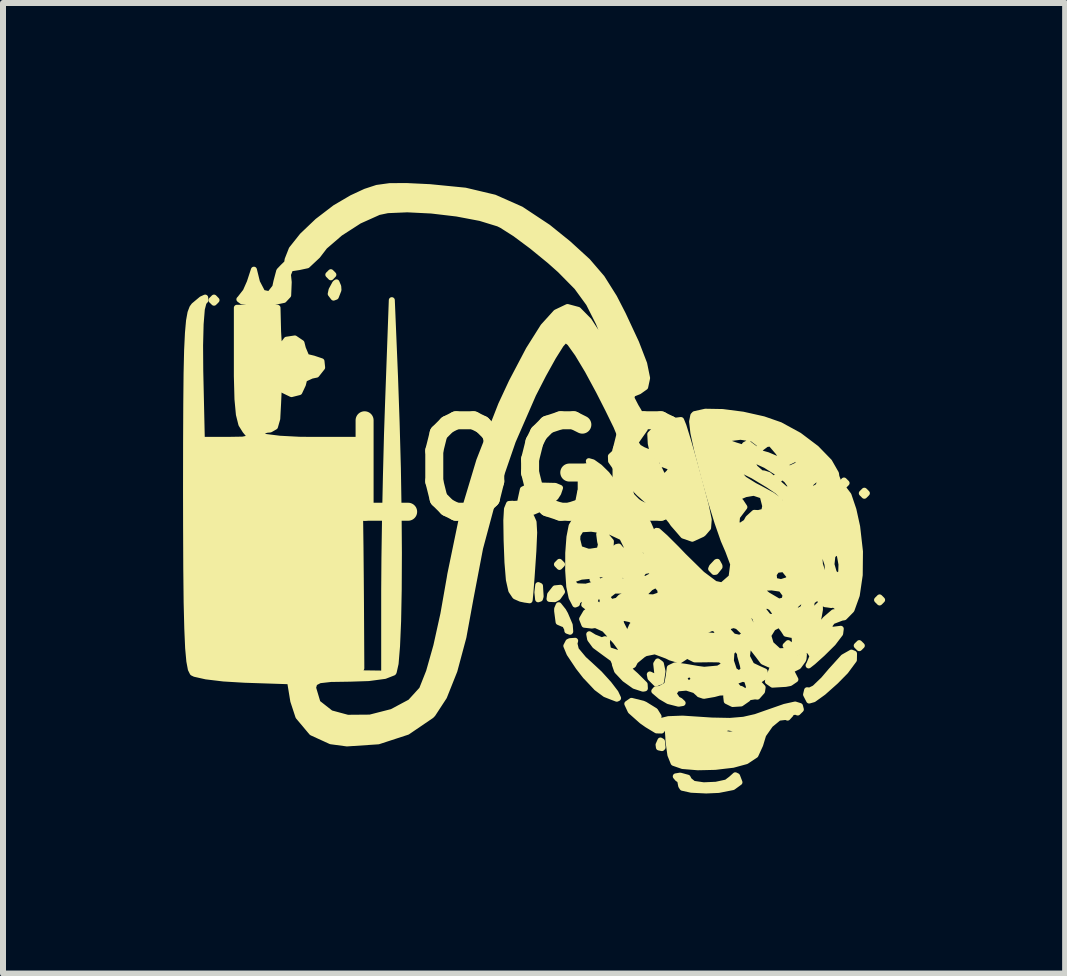
<source format=kicad_pcb>
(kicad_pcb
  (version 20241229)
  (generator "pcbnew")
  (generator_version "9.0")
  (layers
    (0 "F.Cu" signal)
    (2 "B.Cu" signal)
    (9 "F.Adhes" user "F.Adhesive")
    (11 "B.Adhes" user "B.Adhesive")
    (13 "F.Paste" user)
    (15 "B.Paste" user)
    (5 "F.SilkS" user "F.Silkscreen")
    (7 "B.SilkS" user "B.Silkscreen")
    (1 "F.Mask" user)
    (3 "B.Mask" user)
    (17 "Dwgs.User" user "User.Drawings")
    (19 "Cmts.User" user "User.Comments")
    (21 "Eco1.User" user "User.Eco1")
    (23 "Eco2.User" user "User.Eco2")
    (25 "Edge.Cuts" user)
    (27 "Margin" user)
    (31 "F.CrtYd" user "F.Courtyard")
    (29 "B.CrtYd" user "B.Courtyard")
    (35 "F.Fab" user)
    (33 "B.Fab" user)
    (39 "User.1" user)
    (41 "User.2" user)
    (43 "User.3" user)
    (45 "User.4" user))
  (footprint "LOGO"
    (layer "F.Cu")
    (at 5.638 4.788)
    (property "Reference" "LOGO" (at 0 0 0) (layer "F.SilkS") (effects (font (size 1.524 1.524) (thickness 0.3))))
    (attr through_hole)
    (fp_poly (pts (xy -5.08 -2.836) (xy -5.122 -2.794) (xy -5.165 -2.836) (xy -5.122 -2.879) (xy -5.08 -2.836)) (stroke (width 0.1) (type solid)) (fill yes) (layer "F.SilkS"))
    (fp_poly (pts (xy -3.133 -3.26) (xy -3.175 -3.217) (xy -3.217 -3.26) (xy -3.175 -3.302) (xy -3.133 -3.26)) (stroke (width 0.1) (type solid)) (fill yes) (layer "F.SilkS"))
    (fp_poly (pts (xy 0.677 1.566) (xy 0.635 1.609) (xy 0.593 1.566) (xy 0.635 1.524) (xy 0.677 1.566)) (stroke (width 0.1) (type solid)) (fill yes) (layer "F.SilkS"))
    (fp_poly (pts (xy 1.27 1.82) (xy 1.228 1.863) (xy 1.185 1.82) (xy 1.228 1.778) (xy 1.27 1.82)) (stroke (width 0.1) (type solid)) (fill yes) (layer "F.SilkS"))
    (fp_poly (pts (xy 4.318 0.127) (xy 4.276 0.169) (xy 4.233 0.127) (xy 4.276 0.085) (xy 4.318 0.127)) (stroke (width 0.1) (type solid)) (fill yes) (layer "F.SilkS"))
    (fp_poly (pts (xy 4.487 2.921) (xy 4.445 2.963) (xy 4.403 2.921) (xy 4.445 2.879) (xy 4.487 2.921)) (stroke (width 0.1) (type solid)) (fill yes) (layer "F.SilkS"))
    (fp_poly (pts (xy 5.419 0.212) (xy 5.376 0.254) (xy 5.334 0.212) (xy 5.376 0.169) (xy 5.419 0.212)) (stroke (width 0.1) (type solid)) (fill yes) (layer "F.SilkS"))
    (fp_poly (pts (xy 5.673 2.921) (xy 5.63 2.963) (xy 5.588 2.921) (xy 5.63 2.879) (xy 5.673 2.921)) (stroke (width 0.1) (type solid)) (fill yes) (layer "F.SilkS"))
    (fp_poly (pts (xy 5.757 0.381) (xy 5.715 0.423) (xy 5.673 0.381) (xy 5.715 0.339) (xy 5.757 0.381)) (stroke (width 0.1) (type solid)) (fill yes) (layer "F.SilkS"))
    (fp_poly (pts (xy 6.011 2.159) (xy 5.969 2.201) (xy 5.927 2.159) (xy 5.969 2.117) (xy 6.011 2.159)) (stroke (width 0.1) (type solid)) (fill yes) (layer "F.SilkS"))
    (fp_poly (pts (xy 0.321 2.1) (xy 0.31 2.138) (xy 0.279 2.148) (xy 0.267 2.032) (xy 0.281 1.912) (xy 0.31 1.926) (xy 0.321 2.1)) (stroke (width 0.1) (type solid)) (fill yes) (layer "F.SilkS"))
    (fp_poly (pts (xy 2.353 4.616) (xy 2.342 4.628) (xy 2.292 4.617) (xy 2.286 4.572) (xy 2.317 4.502) (xy 2.342 4.516) (xy 2.353 4.616)) (stroke (width 0.1) (type solid)) (fill yes) (layer "F.SilkS"))
    (fp_poly (pts (xy 0.677 2.023) (xy 0.61 2.116) (xy 0.555 2.146) (xy 0.469 2.142) (xy 0.479 2.07) (xy 0.561 1.966) (xy 0.649 1.957) (xy 0.677 2.023)) (stroke (width 0.1) (type solid)) (fill yes) (layer "F.SilkS"))
    (fp_poly (pts (xy 1.913 2.69) (xy 1.901 2.715) (xy 1.832 2.789) (xy 1.807 2.702) (xy 1.806 2.671) (xy 1.844 2.586) (xy 1.878 2.592) (xy 1.913 2.69)) (stroke (width 0.1) (type solid)) (fill yes) (layer "F.SilkS"))
    (fp_poly (pts (xy -3.048 -3.006) (xy -3.092 -2.893) (xy -3.13 -2.879) (xy -3.177 -2.941) (xy -3.163 -3.006) (xy -3.103 -3.117) (xy -3.081 -3.133) (xy -3.052 -3.064) (xy -3.048 -3.006)) (stroke (width 0.1) (type solid)) (fill yes) (layer "F.SilkS"))
    (fp_poly (pts (xy 3.302 1.609) (xy 3.237 1.69) (xy 3.212 1.693) (xy 3.162 1.641) (xy 3.175 1.609) (xy 3.251 1.528) (xy 3.265 1.524) (xy 3.301 1.59) (xy 3.302 1.609)) (stroke (width 0.1) (type solid)) (fill yes) (layer "F.SilkS"))
    (fp_poly (pts (xy 4.708 3.069) (xy 4.702 3.136) (xy 4.692 3.163) (xy 4.616 3.267) (xy 4.526 3.311) (xy 4.487 3.27) (xy 4.544 3.197) (xy 4.616 3.131) (xy 4.708 3.069)) (stroke (width 0.1) (type solid)) (fill yes) (layer "F.SilkS"))
    (fp_poly (pts (xy 2.352 3.35) (xy 2.328 3.516) (xy 2.243 3.55) (xy 2.151 3.458) (xy 2.14 3.401) (xy 2.203 3.43) (xy 2.279 3.449) (xy 2.262 3.361) (xy 2.247 3.224) (xy 2.272 3.184) (xy 2.325 3.224) (xy 2.352 3.35)) (stroke (width 0.1) (type solid)) (fill yes) (layer "F.SilkS"))
    (fp_poly (pts (xy 0.814 2.685) (xy 0.811 2.689) (xy 0.766 2.673) (xy 0.762 2.639) (xy 0.721 2.56) (xy 0.699 2.561) (xy 0.62 2.527) (xy 0.596 2.344) (xy 0.596 2.307) (xy 0.622 2.247) (xy 0.697 2.341) (xy 0.73 2.399) (xy 0.806 2.578) (xy 0.814 2.685)) (stroke (width 0.1) (type solid)) (fill yes) (layer "F.SilkS"))
    (fp_poly (pts (xy 5.543 3.054) (xy 5.541 3.159) (xy 5.402 3.347) (xy 5.238 3.514) (xy 5.03 3.699) (xy 4.87 3.814) (xy 4.795 3.835) (xy 4.744 3.736) (xy 4.761 3.664) (xy 4.805 3.669) (xy 4.887 3.629) (xy 5.034 3.488) (xy 5.163 3.337) (xy 5.366 3.113) (xy 5.5 3.037) (xy 5.543 3.054)) (stroke (width 0.1) (type solid)) (fill yes) (layer "F.SilkS"))
    (fp_poly (pts (xy 3.634 5.198) (xy 3.524 5.278) (xy 3.286 5.325) (xy 3.08 5.334) (xy 2.832 5.322) (xy 2.684 5.289) (xy 2.663 5.257) (xy 2.645 5.162) (xy 2.604 5.136) (xy 2.573 5.099) (xy 2.646 5.087) (xy 2.771 5.121) (xy 2.794 5.165) (xy 2.866 5.223) (xy 3.037 5.248) (xy 3.244 5.239) (xy 3.419 5.201) (xy 3.495 5.144) (xy 3.565 5.081) (xy 3.595 5.096) (xy 3.634 5.198)) (stroke (width 0.1) (type solid)) (fill yes) (layer "F.SilkS"))
    (fp_poly (pts (xy 1.611 3.795) (xy 1.59 3.805) (xy 1.503 3.772) (xy 1.397 3.73) (xy 1.254 3.624) (xy 1.101 3.461) (xy 1.101 3.26) (xy 1.058 3.217) (xy 1.016 3.26) (xy 1.058 3.302) (xy 1.101 3.26) (xy 1.101 3.461) (xy 1.069 3.428) (xy 0.953 3.279) (xy 0.802 3.053) (xy 0.749 2.925) (xy 0.783 2.859) (xy 0.81 2.846) (xy 0.896 2.84) (xy 0.884 2.887) (xy 0.909 2.99) (xy 1.039 3.146) (xy 1.134 3.232) (xy 1.301 3.387) (xy 1.456 3.558) (xy 1.569 3.706) (xy 1.611 3.795)) (stroke (width 0.1) (type solid)) (fill yes) (layer "F.SilkS"))
    (fp_poly (pts (xy 0.644 0.292) (xy 0.614 0.379) (xy 0.572 0.445) (xy 0.395 0.605) (xy 0.202 0.688) (xy 0.074 0.727) (xy 0.087 0.751) (xy 0.098 0.752) (xy 0.166 0.777) (xy 0.203 0.861) (xy 0.213 1.038) (xy 0.2 1.34) (xy 0.192 1.46) (xy 0.17 1.781) (xy 0.151 2.026) (xy 0.139 2.154) (xy 0.137 2.165) (xy 0.075 2.156) (xy 0.075 1.436) (xy 0.063 1.135) (xy 0.062 1.124) (xy 0.046 1.044) (xy 0.034 1.116) (xy 0.028 1.325) (xy 0.028 1.397) (xy 0.032 1.644) (xy 0.042 1.766) (xy 0.057 1.744) (xy 0.061 1.716) (xy 0.075 1.436) (xy 0.075 2.156) (xy 0.059 2.154) (xy -0.012 2.139) (xy -0.098 2.101) (xy -0.098 1.034) (xy -0.111 0.953) (xy -0.136 0.926) (xy -0.149 1.043) (xy -0.15 1.101) (xy -0.141 1.255) (xy -0.119 1.273) (xy -0.111 1.249) (xy -0.098 1.034) (xy -0.098 2.101) (xy -0.105 2.097) (xy -0.168 2.003) (xy -0.208 1.824) (xy -0.232 1.533) (xy -0.246 1.165) (xy -0.251 0.834) (xy -0.24 0.643) (xy -0.206 0.56) (xy -0.143 0.556) (xy -0.133 0.56) (xy -0.026 0.553) (xy 0 0.432) (xy 0.025 0.318) (xy 0.129 0.266) (xy 0.349 0.254) (xy 0.566 0.259) (xy 0.644 0.292)) (stroke (width 0.1) (type solid)) (fill yes) (layer "F.SilkS"))
    (fp_poly (pts (xy 4.657 3.984) (xy 4.605 4.035) (xy 4.572 4.022) (xy 4.494 4.031) (xy 4.487 4.064) (xy 4.436 4.12) (xy 4.406 4.108) (xy 4.289 4.122) (xy 4.148 4.238) (xy 4.03 4.406) (xy 3.979 4.574) (xy 3.979 4.574) (xy 3.901 4.744) (xy 3.747 4.846) (xy 3.725 4.852) (xy 3.725 4.614) (xy 3.683 4.572) (xy 3.641 4.614) (xy 3.641 4.369) (xy 3.574 4.305) (xy 3.441 4.284) (xy 3.343 4.321) (xy 3.342 4.322) (xy 3.37 4.385) (xy 3.466 4.403) (xy 3.607 4.389) (xy 3.641 4.369) (xy 3.641 4.614) (xy 3.683 4.657) (xy 3.725 4.614) (xy 3.725 4.852) (xy 3.556 4.898) (xy 3.556 4.699) (xy 3.514 4.657) (xy 3.471 4.699) (xy 3.514 4.741) (xy 3.556 4.699) (xy 3.556 4.898) (xy 3.526 4.906) (xy 3.387 4.922) (xy 3.387 4.784) (xy 3.344 4.741) (xy 3.302 4.784) (xy 3.344 4.826) (xy 3.387 4.784) (xy 3.387 4.922) (xy 3.236 4.94) (xy 3.217 4.941) (xy 3.217 4.699) (xy 3.175 4.657) (xy 3.133 4.699) (xy 3.175 4.741) (xy 3.217 4.699) (xy 3.217 4.941) (xy 3.048 4.945) (xy 3.048 4.614) (xy 3.006 4.572) (xy 2.963 4.614) (xy 3.006 4.657) (xy 3.048 4.614) (xy 3.048 4.945) (xy 2.948 4.947) (xy 2.948 4.372) (xy 2.935 4.346) (xy 2.835 4.336) (xy 2.822 4.346) (xy 2.834 4.397) (xy 2.879 4.403) (xy 2.948 4.372) (xy 2.948 4.947) (xy 2.937 4.947) (xy 2.694 4.927) (xy 2.694 4.287) (xy 2.681 4.262) (xy 2.581 4.251) (xy 2.568 4.262) (xy 2.58 4.312) (xy 2.625 4.318) (xy 2.694 4.287) (xy 2.694 4.927) (xy 2.685 4.926) (xy 2.539 4.875) (xy 2.536 4.873) (xy 2.483 4.742) (xy 2.452 4.518) (xy 2.449 4.449) (xy 2.435 4.256) (xy 2.403 4.22) (xy 2.385 4.254) (xy 2.335 4.335) (xy 2.253 4.333) (xy 2.096 4.238) (xy 2.008 4.176) (xy 1.821 4.01) (xy 1.765 3.89) (xy 1.835 3.841) (xy 2.025 3.888) (xy 2.061 3.904) (xy 2.229 4.008) (xy 2.286 4.1) (xy 2.214 4.147) (xy 2.187 4.149) (xy 2.127 4.18) (xy 2.139 4.199) (xy 2.245 4.208) (xy 2.299 4.183) (xy 2.449 4.146) (xy 2.685 4.137) (xy 2.749 4.141) (xy 3.173 4.169) (xy 3.475 4.175) (xy 3.703 4.156) (xy 3.904 4.11) (xy 4.086 4.046) (xy 4.387 3.941) (xy 4.562 3.902) (xy 4.642 3.927) (xy 4.657 3.984)) (stroke (width 0.1) (type solid)) (fill yes) (layer "F.SilkS"))
    (fp_poly (pts (xy 3.122 0.82) (xy 3.111 0.957) (xy 3.048 1.031) (xy 3.048 0.889) (xy 3.006 0.847) (xy 2.963 0.889) (xy 2.963 0.72) (xy 2.921 0.677) (xy 2.879 0.72) (xy 2.921 0.762) (xy 2.963 0.72) (xy 2.963 0.889) (xy 3.006 0.931) (xy 3.048 0.889) (xy 3.048 1.031) (xy 3.032 1.049) (xy 3.014 1.063) (xy 2.848 1.139) (xy 2.698 1.087) (xy 2.604 0.978) (xy 2.604 0.175) (xy 2.592 0.169) (xy 2.525 0.221) (xy 2.525 -0.061) (xy 2.467 -0.072) (xy 2.448 -0.068) (xy 2.355 -0.103) (xy 2.352 -0.154) (xy 2.324 -0.224) (xy 2.284 -0.21) (xy 2.242 -0.118) (xy 2.292 -0.035) (xy 2.339 0.063) (xy 2.277 0.077) (xy 2.15 0.006) (xy 2.117 -0.021) (xy 2.042 -0.082) (xy 2.075 -0.026) (xy 2.11 0.021) (xy 2.247 0.152) (xy 2.371 0.127) (xy 2.459 0.038) (xy 2.525 -0.061) (xy 2.525 0.221) (xy 2.515 0.229) (xy 2.498 0.254) (xy 2.476 0.333) (xy 2.488 0.339) (xy 2.565 0.279) (xy 2.582 0.254) (xy 2.604 0.175) (xy 2.604 0.978) (xy 2.54 0.905) (xy 2.54 0.635) (xy 2.498 0.593) (xy 2.455 0.635) (xy 2.498 0.677) (xy 2.54 0.635) (xy 2.54 0.905) (xy 2.529 0.892) (xy 2.498 0.846) (xy 2.371 0.689) (xy 2.371 0.296) (xy 2.328 0.254) (xy 2.286 0.296) (xy 2.328 0.339) (xy 2.371 0.296) (xy 2.371 0.689) (xy 2.362 0.678) (xy 2.248 0.595) (xy 2.236 0.593) (xy 2.134 0.534) (xy 1.962 0.382) (xy 1.78 0.194) (xy 1.587 -0.024) (xy 1.495 -0.155) (xy 1.492 -0.235) (xy 1.563 -0.301) (xy 1.584 -0.315) (xy 1.651 -0.369) (xy 1.678 -0.438) (xy 1.659 -0.55) (xy 1.583 -0.735) (xy 1.444 -1.019) (xy 1.292 -1.318) (xy 1.105 -1.664) (xy 0.938 -1.942) (xy 0.808 -2.124) (xy 0.734 -2.181) (xy 0.659 -2.097) (xy 0.53 -1.892) (xy 0.366 -1.597) (xy 0.196 -1.266) (xy -0.143 -0.488) (xy -0.445 0.389) (xy -0.688 1.295) (xy -0.845 2.117) (xy -0.966 2.779) (xy -1.116 3.338) (xy -1.289 3.772) (xy -1.477 4.06) (xy -1.502 4.086) (xy -1.9 4.357) (xy -2.384 4.515) (xy -2.907 4.55) (xy -3.175 4.514) (xy -3.492 4.369) (xy -3.716 4.102) (xy -3.801 3.843) (xy -3.855 3.514) (xy -4.611 3.489) (xy -4.962 3.468) (xy -5.254 3.433) (xy -5.441 3.391) (xy -5.478 3.373) (xy -5.508 3.313) (xy -5.533 3.18) (xy -5.553 2.96) (xy -5.567 2.638) (xy -5.578 2.2) (xy -5.584 1.631) (xy -5.587 0.917) (xy -5.588 0.334) (xy -5.587 -0.462) (xy -5.584 -1.106) (xy -5.579 -1.614) (xy -5.57 -2.003) (xy -5.556 -2.291) (xy -5.538 -2.493) (xy -5.514 -2.626) (xy -5.483 -2.708) (xy -5.455 -2.746) (xy -5.328 -2.852) (xy -5.269 -2.879) (xy -5.266 -2.833) (xy -5.296 -2.799) (xy -5.325 -2.686) (xy -5.345 -2.437) (xy -5.354 -2.082) (xy -5.351 -1.654) (xy -5.35 -1.613) (xy -5.325 -0.508) (xy -4.893 -0.508) (xy -4.644 -0.512) (xy -4.536 -0.534) (xy -4.54 -0.589) (xy -4.601 -0.663) (xy -4.666 -0.767) (xy -4.707 -0.931) (xy -4.731 -1.187) (xy -4.741 -1.568) (xy -4.741 -1.764) (xy -4.741 -2.709) (xy -4.403 -2.709) (xy -4.064 -2.709) (xy -4.054 -2.307) (xy -4.042 -2.106) (xy -4.021 -2.027) (xy -4.006 -2.053) (xy -3.913 -2.177) (xy -3.775 -2.198) (xy -3.664 -2.123) (xy -3.641 -2.032) (xy -3.582 -1.891) (xy -3.465 -1.863) (xy -3.331 -1.818) (xy -3.32 -1.714) (xy -3.414 -1.595) (xy -3.496 -1.578) (xy -3.618 -1.522) (xy -3.641 -1.43) (xy -3.7 -1.304) (xy -3.831 -1.271) (xy -3.959 -1.333) (xy -4.006 -1.418) (xy -4.028 -1.427) (xy -4.046 -1.296) (xy -4.054 -1.122) (xy -4.068 -0.86) (xy -4.106 -0.727) (xy -4.186 -0.681) (xy -4.238 -0.677) (xy -4.355 -0.645) (xy -4.36 -0.593) (xy -4.258 -0.556) (xy -4.026 -0.527) (xy -3.704 -0.51) (xy -3.509 -0.508) (xy -2.709 -0.508) (xy -2.694 0.318) (xy -2.688 0.751) (xy -2.681 1.279) (xy -2.676 1.828) (xy -2.673 2.22) (xy -2.667 3.297) (xy -3.895 3.323) (xy -5.122 3.349) (xy -3.704 3.368) (xy -2.286 3.387) (xy -2.286 2.011) (xy -2.282 1.461) (xy -2.272 0.802) (xy -2.257 0.094) (xy -2.239 -0.604) (xy -2.222 -1.101) (xy -2.159 -2.836) (xy -2.106 -1.566) (xy -2.079 -0.796) (xy -2.058 -0.036) (xy -2.046 0.695) (xy -2.041 1.376) (xy -2.044 1.988) (xy -2.054 2.513) (xy -2.072 2.929) (xy -2.096 3.219) (xy -2.128 3.362) (xy -2.134 3.37) (xy -2.275 3.425) (xy -2.545 3.461) (xy -2.853 3.471) (xy -3.175 3.476) (xy -3.362 3.497) (xy -3.449 3.542) (xy -3.471 3.62) (xy -3.471 3.624) (xy -3.396 3.875) (xy -3.177 4.047) (xy -2.896 4.123) (xy -2.523 4.12) (xy -2.156 4.026) (xy -1.849 3.862) (xy -1.656 3.65) (xy -1.539 3.355) (xy -1.417 2.924) (xy -1.299 2.39) (xy -1.193 1.787) (xy -1.185 1.736) (xy -0.993 0.807) (xy -0.702 -0.162) (xy -0.337 -1.095) (xy -0.161 -1.473) (xy 0.123 -2.013) (xy 0.365 -2.397) (xy 0.577 -2.631) (xy 0.768 -2.722) (xy 0.947 -2.674) (xy 1.124 -2.495) (xy 1.232 -2.328) (xy 1.362 -2.114) (xy 1.456 -1.976) (xy 1.483 -1.947) (xy 1.466 -2.018) (xy 1.395 -2.203) (xy 1.286 -2.464) (xy 1.284 -2.467) (xy 1.125 -2.782) (xy 0.926 -3.055) (xy 0.646 -3.339) (xy 0.473 -3.493) (xy 0.177 -3.735) (xy -0.104 -3.944) (xy -0.326 -4.085) (xy -0.383 -4.113) (xy -0.686 -4.206) (xy -1.076 -4.28) (xy -1.499 -4.33) (xy -1.901 -4.35) (xy -2.229 -4.336) (xy -2.377 -4.305) (xy -2.702 -4.159) (xy -3.02 -3.954) (xy -3.278 -3.732) (xy -3.397 -3.577) (xy -3.568 -3.417) (xy -3.707 -3.387) (xy -3.85 -3.365) (xy -3.89 -3.264) (xy -3.877 -3.136) (xy -3.886 -2.918) (xy -3.959 -2.84) (xy -4.107 -2.809) (xy -4.307 -2.796) (xy -4.508 -2.8) (xy -4.656 -2.818) (xy -4.699 -2.85) (xy -4.689 -2.859) (xy -4.593 -2.982) (xy -4.526 -3.133) (xy -4.457 -3.344) (xy -4.405 -3.133) (xy -4.314 -2.959) (xy -4.196 -2.934) (xy -4.102 -3.053) (xy -4.08 -3.154) (xy -4.035 -3.323) (xy -3.974 -3.387) (xy -3.904 -3.455) (xy -3.895 -3.513) (xy -3.827 -3.686) (xy -3.649 -3.91) (xy -3.396 -4.151) (xy -3.102 -4.376) (xy -2.824 -4.539) (xy -2.598 -4.644) (xy -2.406 -4.707) (xy -2.196 -4.736) (xy -1.919 -4.738) (xy -1.524 -4.719) (xy -1.524 -4.719) (xy -0.936 -4.661) (xy -0.448 -4.545) (xy -0.006 -4.349) (xy 0.444 -4.051) (xy 0.781 -3.779) (xy 1.103 -3.485) (xy 1.341 -3.208) (xy 1.546 -2.882) (xy 1.691 -2.6) (xy 1.912 -2.126) (xy 2.046 -1.778) (xy 2.095 -1.538) (xy 2.063 -1.389) (xy 1.96 -1.316) (xy 1.85 -1.272) (xy 1.833 -1.205) (xy 1.907 -1.062) (xy 1.948 -0.994) (xy 2.049 -0.807) (xy 2.057 -0.691) (xy 1.98 -0.582) (xy 1.898 -0.464) (xy 1.952 -0.385) (xy 2.028 -0.341) (xy 2.155 -0.288) (xy 2.177 -0.351) (xy 2.156 -0.448) (xy 2.148 -0.602) (xy 2.247 -0.704) (xy 2.367 -0.761) (xy 2.553 -0.826) (xy 2.658 -0.839) (xy 2.662 -0.837) (xy 2.701 -0.741) (xy 2.771 -0.516) (xy 2.863 -0.198) (xy 2.966 0.178) (xy 3.071 0.577) (xy 3.072 0.582) (xy 3.122 0.82)) (stroke (width 0.1) (type solid)) (fill yes) (layer "F.SilkS"))
    (fp_poly (pts (xy 5.642 1.352) (xy 5.638 1.744) (xy 5.589 2.079) (xy 5.588 2.083) (xy 5.588 1.651) (xy 5.546 1.609) (xy 5.503 1.651) (xy 5.546 1.693) (xy 5.588 1.651) (xy 5.588 2.083) (xy 5.573 2.125) (xy 5.573 1.832) (xy 5.56 1.806) (xy 5.459 1.796) (xy 5.447 1.806) (xy 5.459 1.857) (xy 5.503 1.863) (xy 5.573 1.832) (xy 5.573 2.125) (xy 5.501 2.325) (xy 5.404 2.424) (xy 5.404 1.154) (xy 5.39 1.129) (xy 5.29 1.119) (xy 5.278 1.129) (xy 5.289 1.179) (xy 5.334 1.185) (xy 5.404 1.154) (xy 5.404 2.424) (xy 5.38 2.448) (xy 5.337 2.455) (xy 5.334 2.456) (xy 5.334 1.566) (xy 5.305 1.407) (xy 5.249 1.355) (xy 5.183 1.422) (xy 5.167 1.567) (xy 5.206 1.703) (xy 5.221 1.722) (xy 5.298 1.772) (xy 5.33 1.694) (xy 5.334 1.566) (xy 5.334 2.456) (xy 5.322 2.461) (xy 5.322 2.352) (xy 5.299 2.306) (xy 5.204 2.235) (xy 5.165 2.244) (xy 5.112 2.236) (xy 5.112 1.707) (xy 5.101 1.566) (xy 5.065 1.457) (xy 5.065 1.239) (xy 5.059 1.228) (xy 5.059 0.344) (xy 5.048 0.339) (xy 4.988 0.385) (xy 4.988 0.138) (xy 4.922 0.129) (xy 4.828 0.21) (xy 4.819 0.227) (xy 4.819 -0.004) (xy 4.81 -0.045) (xy 4.747 -0.019) (xy 4.704 0.06) (xy 4.679 0.159) (xy 4.741 0.118) (xy 4.752 0.107) (xy 4.819 -0.004) (xy 4.819 0.227) (xy 4.773 0.316) (xy 4.811 0.339) (xy 4.935 0.276) (xy 4.956 0.248) (xy 4.988 0.138) (xy 4.988 0.385) (xy 4.97 0.398) (xy 4.953 0.423) (xy 4.931 0.502) (xy 4.943 0.508) (xy 5.02 0.448) (xy 5.038 0.423) (xy 5.059 0.344) (xy 5.059 1.228) (xy 5.052 1.214) (xy 4.951 1.203) (xy 4.939 1.214) (xy 4.951 1.264) (xy 4.995 1.27) (xy 5.065 1.239) (xy 5.065 1.457) (xy 5.049 1.407) (xy 4.997 1.355) (xy 4.964 1.425) (xy 4.975 1.566) (xy 5.026 1.725) (xy 5.078 1.778) (xy 5.112 1.707) (xy 5.112 2.236) (xy 5.061 2.23) (xy 5.039 2.203) (xy 4.928 2.119) (xy 4.842 2.18) (xy 4.827 2.265) (xy 4.842 2.363) (xy 4.904 2.307) (xy 4.919 2.286) (xy 4.974 2.233) (xy 4.975 2.321) (xy 4.959 2.413) (xy 4.908 2.667) (xy 5.068 2.48) (xy 5.202 2.365) (xy 5.295 2.353) (xy 5.322 2.352) (xy 5.322 2.461) (xy 5.183 2.514) (xy 5.136 2.578) (xy 5.139 2.664) (xy 5.211 2.654) (xy 5.322 2.64) (xy 5.312 2.72) (xy 5.192 2.878) (xy 5.016 3.052) (xy 4.859 3.193) (xy 4.786 3.25) (xy 4.798 3.228) (xy 4.853 3.095) (xy 4.809 3.021) (xy 4.809 1.541) (xy 4.797 1.503) (xy 4.767 1.492) (xy 4.755 1.609) (xy 4.768 1.729) (xy 4.797 1.714) (xy 4.809 1.541) (xy 4.809 3.021) (xy 4.801 3.008) (xy 4.741 2.992) (xy 4.741 2.667) (xy 4.734 2.66) (xy 4.734 2.17) (xy 4.668 2.161) (xy 4.654 2.174) (xy 4.654 -0.252) (xy 4.573 -0.205) (xy 4.554 -0.189) (xy 4.487 -0.156) (xy 4.487 -0.296) (xy 4.445 -0.339) (xy 4.403 -0.296) (xy 4.445 -0.254) (xy 4.487 -0.296) (xy 4.487 -0.156) (xy 4.448 -0.137) (xy 4.349 -0.205) (xy 4.277 -0.306) (xy 4.155 -0.449) (xy 4.073 -0.437) (xy 4.067 -0.427) (xy 4 -0.377) (xy 3.955 -0.449) (xy 3.846 -0.531) (xy 3.652 -0.56) (xy 3.451 -0.534) (xy 3.329 -0.464) (xy 3.308 -0.423) (xy 3.334 -0.442) (xy 3.46 -0.455) (xy 3.567 -0.417) (xy 3.697 -0.377) (xy 3.725 -0.426) (xy 3.773 -0.451) (xy 3.858 -0.387) (xy 4.012 -0.279) (xy 4.102 -0.254) (xy 4.244 -0.194) (xy 4.32 -0.124) (xy 4.471 -0.027) (xy 4.6 -0.087) (xy 4.644 -0.175) (xy 4.654 -0.252) (xy 4.654 2.174) (xy 4.642 2.184) (xy 4.642 1.324) (xy 4.628 1.298) (xy 4.528 1.288) (xy 4.516 1.298) (xy 4.527 1.349) (xy 4.572 1.355) (xy 4.642 1.324) (xy 4.642 2.184) (xy 4.574 2.242) (xy 4.519 2.348) (xy 4.557 2.371) (xy 4.681 2.308) (xy 4.702 2.28) (xy 4.734 2.17) (xy 4.734 2.66) (xy 4.699 2.625) (xy 4.657 2.667) (xy 4.699 2.709) (xy 4.741 2.667) (xy 4.741 2.992) (xy 4.688 2.978) (xy 4.569 3.056) (xy 4.558 3.074) (xy 4.558 2.846) (xy 4.549 2.74) (xy 4.504 2.741) (xy 4.487 2.738) (xy 4.487 0.253) (xy 4.421 0.162) (xy 4.263 0.036) (xy 4.073 -0.085) (xy 3.909 -0.161) (xy 3.863 -0.169) (xy 3.847 -0.118) (xy 3.896 -0.04) (xy 3.999 0.049) (xy 4.041 0.051) (xy 4.12 0.076) (xy 4.24 0.176) (xy 4.399 0.314) (xy 4.474 0.32) (xy 4.487 0.253) (xy 4.487 2.738) (xy 4.468 2.734) (xy 4.468 1.762) (xy 4.412 1.693) (xy 4.412 0.544) (xy 4.404 0.471) (xy 4.264 0.343) (xy 4.116 0.243) (xy 3.862 0.089) (xy 3.718 0.017) (xy 3.654 0.016) (xy 3.641 0.071) (xy 3.71 0.147) (xy 3.885 0.256) (xy 3.978 0.304) (xy 4.183 0.416) (xy 4.304 0.509) (xy 4.317 0.534) (xy 4.372 0.563) (xy 4.412 0.544) (xy 4.412 1.693) (xy 4.373 1.644) (xy 4.256 1.658) (xy 4.218 1.712) (xy 4.218 1.408) (xy 4.205 1.383) (xy 4.105 1.373) (xy 4.092 1.383) (xy 4.104 1.433) (xy 4.149 1.439) (xy 4.218 1.408) (xy 4.218 1.712) (xy 4.204 1.732) (xy 4.214 1.838) (xy 4.328 1.863) (xy 4.453 1.823) (xy 4.468 1.762) (xy 4.468 2.734) (xy 4.409 2.722) (xy 4.403 2.711) (xy 4.403 2.413) (xy 4.403 2.074) (xy 4.328 1.973) (xy 4.17 1.95) (xy 4.064 1.956) (xy 4.064 0.595) (xy 4.02 0.422) (xy 3.874 0.373) (xy 3.733 0.397) (xy 3.61 0.449) (xy 3.643 0.512) (xy 3.655 0.52) (xy 3.716 0.612) (xy 3.683 0.656) (xy 3.594 0.773) (xy 3.583 0.889) (xy 3.643 0.931) (xy 3.746 0.863) (xy 3.781 0.799) (xy 3.881 0.708) (xy 3.948 0.712) (xy 4.045 0.688) (xy 4.064 0.595) (xy 4.064 1.956) (xy 4.012 1.959) (xy 4.007 2.001) (xy 4.101 2.077) (xy 4.29 2.188) (xy 4.386 2.163) (xy 4.403 2.074) (xy 4.403 2.413) (xy 4.36 2.371) (xy 4.318 2.413) (xy 4.36 2.455) (xy 4.403 2.413) (xy 4.403 2.711) (xy 4.368 2.657) (xy 4.301 2.568) (xy 4.233 2.603) (xy 4.233 2.38) (xy 4.166 2.287) (xy 4.111 2.257) (xy 4.025 2.261) (xy 4.035 2.333) (xy 4.117 2.437) (xy 4.205 2.446) (xy 4.233 2.38) (xy 4.233 2.603) (xy 4.192 2.624) (xy 4.113 2.751) (xy 4.156 2.893) (xy 4.29 3.015) (xy 4.444 3.008) (xy 4.55 2.879) (xy 4.558 2.846) (xy 4.558 3.074) (xy 4.487 3.193) (xy 4.486 3.333) (xy 4.507 3.368) (xy 4.566 3.484) (xy 4.478 3.544) (xy 4.403 3.558) (xy 4.318 3.563) (xy 4.318 3.429) (xy 4.276 3.387) (xy 4.233 3.429) (xy 4.276 3.471) (xy 4.318 3.429) (xy 4.318 3.563) (xy 4.185 3.571) (xy 4.108 3.517) (xy 4.149 3.385) (xy 4.198 3.258) (xy 4.141 3.237) (xy 4.138 3.237) (xy 4.027 3.188) (xy 3.947 3.081) (xy 3.947 2.611) (xy 3.891 2.447) (xy 3.819 2.388) (xy 3.745 2.391) (xy 3.776 2.466) (xy 3.848 2.605) (xy 3.862 2.646) (xy 3.892 2.77) (xy 3.925 2.794) (xy 3.946 2.722) (xy 3.947 2.611) (xy 3.947 3.081) (xy 3.932 3.062) (xy 3.841 2.945) (xy 3.777 2.948) (xy 3.758 3.103) (xy 3.835 3.249) (xy 3.946 3.302) (xy 4.053 3.35) (xy 4.036 3.447) (xy 3.958 3.5) (xy 3.899 3.539) (xy 3.956 3.549) (xy 4.02 3.617) (xy 4.01 3.683) (xy 3.933 3.77) (xy 3.892 3.766) (xy 3.795 3.781) (xy 3.795 3.612) (xy 3.759 3.492) (xy 3.71 3.477) (xy 3.71 2.745) (xy 3.707 2.696) (xy 3.604 2.598) (xy 3.536 2.577) (xy 3.438 2.607) (xy 3.444 2.675) (xy 3.529 2.767) (xy 3.641 2.792) (xy 3.71 2.745) (xy 3.71 3.477) (xy 3.704 3.476) (xy 3.704 3.329) (xy 3.692 3.253) (xy 3.646 3.091) (xy 3.641 3.041) (xy 3.576 2.965) (xy 3.557 2.963) (xy 3.5 3.035) (xy 3.491 3.175) (xy 3.544 3.334) (xy 3.626 3.387) (xy 3.704 3.329) (xy 3.704 3.476) (xy 3.689 3.471) (xy 3.573 3.515) (xy 3.556 3.556) (xy 3.623 3.636) (xy 3.662 3.642) (xy 3.708 3.672) (xy 3.641 3.733) (xy 3.557 3.8) (xy 3.614 3.795) (xy 3.641 3.788) (xy 3.766 3.684) (xy 3.795 3.612) (xy 3.795 3.781) (xy 3.791 3.782) (xy 3.769 3.809) (xy 3.661 3.884) (xy 3.521 3.893) (xy 3.422 3.844) (xy 3.414 3.775) (xy 3.415 3.7) (xy 3.307 3.702) (xy 3.279 3.709) (xy 3.279 3.505) (xy 3.166 3.485) (xy 3.117 3.498) (xy 3.085 3.536) (xy 3.168 3.549) (xy 3.278 3.534) (xy 3.279 3.505) (xy 3.279 3.709) (xy 3.212 3.727) (xy 3.04 3.757) (xy 2.964 3.732) (xy 2.963 3.729) (xy 2.891 3.664) (xy 2.879 3.66) (xy 2.879 3.471) (xy 2.814 3.389) (xy 2.794 3.387) (xy 2.712 3.451) (xy 2.709 3.471) (xy 2.774 3.554) (xy 2.794 3.556) (xy 2.876 3.492) (xy 2.879 3.471) (xy 2.879 3.66) (xy 2.752 3.62) (xy 2.592 3.634) (xy 2.532 3.717) (xy 2.599 3.815) (xy 2.646 3.839) (xy 2.687 3.877) (xy 2.62 3.888) (xy 2.451 3.845) (xy 2.323 3.77) (xy 2.215 3.678) (xy 2.242 3.647) (xy 2.307 3.643) (xy 2.428 3.575) (xy 2.455 3.431) (xy 2.473 3.291) (xy 2.559 3.25) (xy 2.731 3.273) (xy 2.931 3.308) (xy 3.045 3.323) (xy 3.048 3.323) (xy 3.281 3.302) (xy 3.378 3.245) (xy 3.387 3.208) (xy 3.311 3.15) (xy 3.302 3.15) (xy 3.302 2.752) (xy 3.234 2.639) (xy 3.175 2.625) (xy 3.062 2.673) (xy 3.048 2.714) (xy 3.1 2.765) (xy 3.133 2.752) (xy 3.211 2.758) (xy 3.217 2.789) (xy 3.248 2.875) (xy 3.26 2.879) (xy 3.297 2.81) (xy 3.302 2.752) (xy 3.302 3.15) (xy 3.107 3.147) (xy 3.09 3.149) (xy 2.887 3.15) (xy 2.794 3.103) (xy 2.793 3.094) (xy 2.759 3.068) (xy 2.726 3.109) (xy 2.64 3.165) (xy 2.485 3.119) (xy 2.426 3.09) (xy 2.371 3.069) (xy 2.371 2.582) (xy 2.328 2.54) (xy 2.32 2.549) (xy 2.32 2.076) (xy 2.316 1.988) (xy 2.268 1.931) (xy 2.268 1.311) (xy 2.258 1.298) (xy 2.207 1.31) (xy 2.201 1.355) (xy 2.232 1.424) (xy 2.258 1.411) (xy 2.268 1.311) (xy 2.268 1.931) (xy 2.246 1.905) (xy 2.201 1.928) (xy 2.201 1.732) (xy 2.146 1.661) (xy 2.117 1.666) (xy 2.117 1.402) (xy 2.057 1.33) (xy 2.032 1.312) (xy 1.954 1.319) (xy 1.947 1.35) (xy 2.009 1.436) (xy 2.032 1.439) (xy 2.114 1.41) (xy 2.117 1.402) (xy 2.117 1.666) (xy 2.044 1.679) (xy 2.003 1.732) (xy 2.007 1.817) (xy 2.079 1.807) (xy 2.187 1.75) (xy 2.201 1.732) (xy 2.201 1.928) (xy 2.149 1.956) (xy 2.043 2.065) (xy 2.089 2.111) (xy 2.199 2.117) (xy 2.32 2.076) (xy 2.32 2.549) (xy 2.286 2.582) (xy 2.328 2.625) (xy 2.371 2.582) (xy 2.371 3.069) (xy 2.225 3.015) (xy 2.201 3.02) (xy 2.201 2.715) (xy 2.157 2.736) (xy 2.095 2.783) (xy 1.987 2.88) (xy 1.987 2.675) (xy 1.942 2.58) (xy 1.942 2.195) (xy 1.916 2.154) (xy 1.857 2.088) (xy 1.778 2.043) (xy 1.778 1.825) (xy 1.755 1.797) (xy 1.755 1.27) (xy 1.68 1.117) (xy 1.471 1.019) (xy 1.355 1.001) (xy 1.355 0.381) (xy 1.312 0.339) (xy 1.27 0.381) (xy 1.312 0.423) (xy 1.355 0.381) (xy 1.355 1.001) (xy 1.165 0.972) (xy 0.995 0.982) (xy 0.935 1.079) (xy 0.931 1.153) (xy 0.968 1.306) (xy 1.109 1.354) (xy 1.149 1.355) (xy 1.302 1.332) (xy 1.326 1.238) (xy 1.313 1.186) (xy 1.297 1.065) (xy 1.385 1.065) (xy 1.394 1.069) (xy 1.492 1.184) (xy 1.485 1.301) (xy 1.468 1.401) (xy 1.49 1.376) (xy 1.586 1.278) (xy 1.621 1.27) (xy 1.665 1.322) (xy 1.651 1.355) (xy 1.655 1.433) (xy 1.683 1.439) (xy 1.746 1.369) (xy 1.755 1.27) (xy 1.755 1.797) (xy 1.719 1.753) (xy 1.693 1.736) (xy 1.615 1.742) (xy 1.609 1.773) (xy 1.67 1.859) (xy 1.693 1.863) (xy 1.776 1.834) (xy 1.778 1.825) (xy 1.778 2.043) (xy 1.709 2.003) (xy 1.549 2.003) (xy 1.506 2.036) (xy 1.506 1.724) (xy 1.471 1.707) (xy 1.353 1.727) (xy 1.127 1.76) (xy 0.995 1.772) (xy 0.869 1.817) (xy 0.847 1.863) (xy 0.914 1.932) (xy 1.075 1.938) (xy 1.269 1.886) (xy 1.395 1.815) (xy 1.506 1.724) (xy 1.506 2.036) (xy 1.448 2.082) (xy 1.439 2.126) (xy 1.493 2.197) (xy 1.6 2.17) (xy 1.654 2.113) (xy 1.754 2.076) (xy 1.849 2.129) (xy 1.942 2.195) (xy 1.942 2.58) (xy 1.938 2.571) (xy 1.819 2.481) (xy 1.702 2.456) (xy 1.645 2.499) (xy 1.666 2.561) (xy 1.735 2.697) (xy 1.745 2.731) (xy 1.767 2.847) (xy 1.829 2.845) (xy 1.906 2.793) (xy 1.987 2.675) (xy 1.987 2.88) (xy 1.978 2.888) (xy 1.947 2.931) (xy 1.989 2.957) (xy 2.101 2.848) (xy 2.127 2.815) (xy 2.201 2.715) (xy 2.201 3.02) (xy 2.068 3.047) (xy 2.027 3.071) (xy 1.897 3.178) (xy 1.863 3.243) (xy 1.805 3.274) (xy 1.757 3.255) (xy 1.745 3.266) (xy 1.842 3.361) (xy 1.905 3.417) (xy 2.054 3.565) (xy 2.058 3.632) (xy 2.027 3.638) (xy 1.883 3.591) (xy 1.722 3.476) (xy 1.595 3.341) (xy 1.558 3.234) (xy 1.562 3.225) (xy 1.527 3.142) (xy 1.399 3.049) (xy 1.227 2.922) (xy 1.146 2.812) (xy 1.131 2.731) (xy 1.212 2.781) (xy 1.34 2.833) (xy 1.391 2.814) (xy 1.431 2.821) (xy 1.425 2.875) (xy 1.445 2.986) (xy 1.482 3.003) (xy 1.623 3.049) (xy 1.688 3.085) (xy 1.714 3.072) (xy 1.648 2.956) (xy 1.609 2.902) (xy 1.609 2.328) (xy 1.566 2.286) (xy 1.524 2.328) (xy 1.566 2.371) (xy 1.609 2.328) (xy 1.609 2.902) (xy 1.57 2.849) (xy 1.385 2.645) (xy 1.355 2.631) (xy 1.355 2.413) (xy 1.355 2.154) (xy 1.313 2.067) (xy 1.269 2.075) (xy 1.22 2.177) (xy 1.231 2.207) (xy 1.313 2.282) (xy 1.353 2.197) (xy 1.355 2.154) (xy 1.355 2.413) (xy 1.312 2.371) (xy 1.27 2.413) (xy 1.312 2.455) (xy 1.355 2.413) (xy 1.355 2.631) (xy 1.236 2.577) (xy 1.185 2.584) (xy 1.185 2.498) (xy 1.143 2.455) (xy 1.101 2.498) (xy 1.143 2.54) (xy 1.185 2.498) (xy 1.185 2.584) (xy 1.174 2.586) (xy 1.05 2.572) (xy 1.012 2.476) (xy 1.075 2.368) (xy 1.122 2.342) (xy 1.18 2.304) (xy 1.117 2.293) (xy 1.047 2.239) (xy 1.058 2.201) (xy 1.052 2.123) (xy 1.021 2.117) (xy 0.934 2.184) (xy 0.926 2.223) (xy 0.897 2.235) (xy 0.837 2.119) (xy 0.798 1.935) (xy 0.78 1.669) (xy 0.781 1.376) (xy 0.801 1.111) (xy 0.837 0.926) (xy 0.867 0.876) (xy 0.915 0.771) (xy 0.931 0.607) (xy 0.981 0.355) (xy 1.063 0.188) (xy 1.144 0.021) (xy 1.144 -0.084) (xy 1.124 -0.153) (xy 1.191 -0.134) (xy 1.304 -0.054) (xy 1.423 0.063) (xy 1.482 0.14) (xy 1.569 0.314) (xy 1.545 0.445) (xy 1.513 0.492) (xy 1.447 0.586) (xy 1.491 0.558) (xy 1.524 0.529) (xy 1.664 0.436) (xy 1.738 0.438) (xy 1.71 0.528) (xy 1.687 0.558) (xy 1.619 0.659) (xy 1.675 0.675) (xy 1.698 0.672) (xy 1.895 0.689) (xy 2.058 0.78) (xy 2.117 0.893) (xy 2.18 1.038) (xy 2.214 1.066) (xy 2.274 1.074) (xy 2.251 1.008) (xy 2.276 1.011) (xy 2.395 1.117) (xy 2.585 1.306) (xy 2.702 1.428) (xy 3.01 1.73) (xy 3.227 1.892) (xy 3.345 1.917) (xy 3.502 1.78) (xy 3.53 1.562) (xy 3.447 1.34) (xy 3.371 1.164) (xy 3.267 0.866) (xy 3.151 0.49) (xy 3.045 0.115) (xy 2.931 -0.324) (xy 2.866 -0.626) (xy 2.845 -0.814) (xy 2.865 -0.914) (xy 2.887 -0.937) (xy 3.066 -0.977) (xy 3.352 -0.972) (xy 3.692 -0.928) (xy 4.035 -0.851) (xy 4.311 -0.755) (xy 4.628 -0.582) (xy 4.913 -0.367) (xy 5.13 -0.144) (xy 5.242 0.052) (xy 5.249 0.104) (xy 5.307 0.258) (xy 5.37 0.306) (xy 5.451 0.413) (xy 5.533 0.656) (xy 5.595 0.938) (xy 5.642 1.352)) (stroke (width 0.1) (type solid)) (fill yes) (layer "F.SilkS")))
  (gr_rect
    (start -3 -3)
    (end 14.699 13.172)
    (stroke (width 0.1) (type default))
    (fill no)
    (layer "Edge.Cuts")))
</source>
